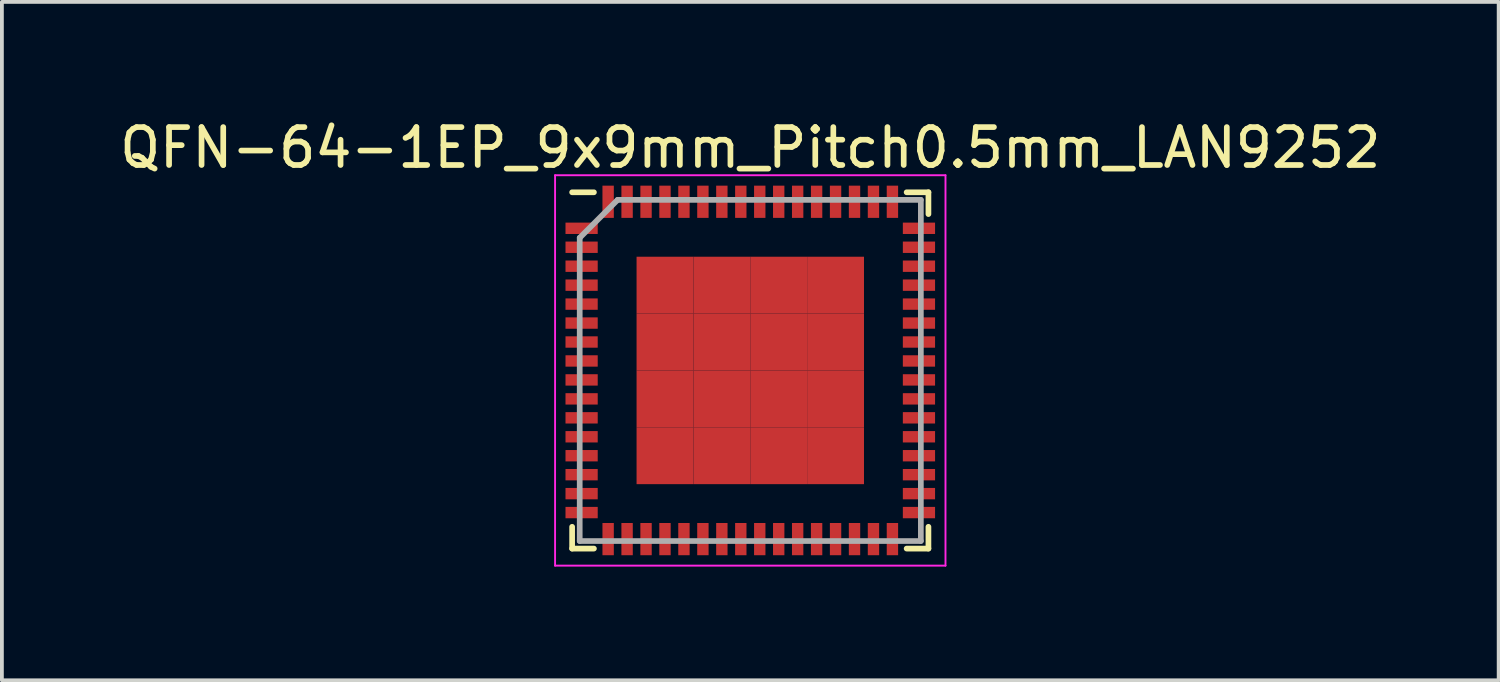
<source format=kicad_pcb>
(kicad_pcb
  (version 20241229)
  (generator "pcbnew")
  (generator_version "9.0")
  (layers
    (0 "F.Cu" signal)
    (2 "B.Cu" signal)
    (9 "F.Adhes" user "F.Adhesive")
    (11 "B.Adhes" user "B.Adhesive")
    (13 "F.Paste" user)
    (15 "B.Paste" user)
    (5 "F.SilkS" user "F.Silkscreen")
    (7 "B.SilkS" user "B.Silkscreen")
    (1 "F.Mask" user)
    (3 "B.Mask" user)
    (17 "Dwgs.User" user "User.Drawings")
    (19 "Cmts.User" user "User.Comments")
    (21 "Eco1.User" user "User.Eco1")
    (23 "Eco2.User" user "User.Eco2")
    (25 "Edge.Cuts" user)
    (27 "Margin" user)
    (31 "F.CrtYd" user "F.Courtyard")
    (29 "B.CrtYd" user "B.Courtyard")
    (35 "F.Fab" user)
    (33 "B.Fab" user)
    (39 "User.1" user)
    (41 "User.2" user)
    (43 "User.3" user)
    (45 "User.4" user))
  (footprint "QFN-64-1EP_9x9mm_Pitch0.5mm_LAN9252"
    (layer "F.Cu")
    (at 16.744 6.723)
    (property "Reference" "QFN-64-1EP_9x9mm_Pitch0.5mm_LAN9252" (at 0 -5.875 0) (layer "F.SilkS") (effects (font (size 1 1) (thickness 0.15))))
    (attr smd)
    (fp_line (start -4.7 -4.7) (end -4.125 -4.7) (stroke (width 0.15) (type solid)) (layer "F.SilkS"))
    (fp_line (start -4.7 4.7) (end -4.7 4.125) (stroke (width 0.15) (type solid)) (layer "F.SilkS"))
    (fp_line (start -4.7 4.7) (end -4.125 4.7) (stroke (width 0.15) (type solid)) (layer "F.SilkS"))
    (fp_line (start 4.7 -4.7) (end 4.125 -4.7) (stroke (width 0.15) (type solid)) (layer "F.SilkS"))
    (fp_line (start 4.7 -4.7) (end 4.7 -4.125) (stroke (width 0.15) (type solid)) (layer "F.SilkS"))
    (fp_line (start 4.7 4.7) (end 4.125 4.7) (stroke (width 0.15) (type solid)) (layer "F.SilkS"))
    (fp_line (start 4.7 4.7) (end 4.7 4.125) (stroke (width 0.15) (type solid)) (layer "F.SilkS"))
    (fp_line (start -5.15 -5.15) (end -5.15 5.15) (stroke (width 0.05) (type solid)) (layer "F.CrtYd"))
    (fp_line (start -5.15 -5.15) (end 5.15 -5.15) (stroke (width 0.05) (type solid)) (layer "F.CrtYd"))
    (fp_line (start -5.15 5.15) (end 5.15 5.15) (stroke (width 0.05) (type solid)) (layer "F.CrtYd"))
    (fp_line (start 5.15 -5.15) (end 5.15 5.15) (stroke (width 0.05) (type solid)) (layer "F.CrtYd"))
    (fp_line (start -4.5 -3.5) (end -3.5 -4.5) (stroke (width 0.15) (type solid)) (layer "F.Fab"))
    (fp_line (start -4.5 4.5) (end -4.5 -3.5) (stroke (width 0.15) (type solid)) (layer "F.Fab"))
    (fp_line (start -3.5 -4.5) (end 4.5 -4.5) (stroke (width 0.15) (type solid)) (layer "F.Fab"))
    (fp_line (start 4.5 -4.5) (end 4.5 4.5) (stroke (width 0.15) (type solid)) (layer "F.Fab"))
    (fp_line (start 4.5 4.5) (end -4.5 4.5) (stroke (width 0.15) (type solid)) (layer "F.Fab"))
    (pad "1" smd rect (at -4.45 -3.75) (size 0.85 0.3) (layers "F.Cu" "F.Mask" "F.Paste"))
    (pad "2" smd rect (at -4.45 -3.25) (size 0.85 0.3) (layers "F.Cu" "F.Mask" "F.Paste"))
    (pad "3" smd rect (at -4.45 -2.75) (size 0.85 0.3) (layers "F.Cu" "F.Mask" "F.Paste"))
    (pad "4" smd rect (at -4.45 -2.25) (size 0.85 0.3) (layers "F.Cu" "F.Mask" "F.Paste"))
    (pad "5" smd rect (at -4.45 -1.75) (size 0.85 0.3) (layers "F.Cu" "F.Mask" "F.Paste"))
    (pad "6" smd rect (at -4.45 -1.25) (size 0.85 0.3) (layers "F.Cu" "F.Mask" "F.Paste"))
    (pad "7" smd rect (at -4.45 -0.75) (size 0.85 0.3) (layers "F.Cu" "F.Mask" "F.Paste"))
    (pad "8" smd rect (at -4.45 -0.25) (size 0.85 0.3) (layers "F.Cu" "F.Mask" "F.Paste"))
    (pad "9" smd rect (at -4.45 0.25) (size 0.85 0.3) (layers "F.Cu" "F.Mask" "F.Paste"))
    (pad "10" smd rect (at -4.45 0.75) (size 0.85 0.3) (layers "F.Cu" "F.Mask" "F.Paste"))
    (pad "11" smd rect (at -4.45 1.25) (size 0.85 0.3) (layers "F.Cu" "F.Mask" "F.Paste"))
    (pad "12" smd rect (at -4.45 1.75) (size 0.85 0.3) (layers "F.Cu" "F.Mask" "F.Paste"))
    (pad "13" smd rect (at -4.45 2.25) (size 0.85 0.3) (layers "F.Cu" "F.Mask" "F.Paste"))
    (pad "14" smd rect (at -4.45 2.75) (size 0.85 0.3) (layers "F.Cu" "F.Mask" "F.Paste"))
    (pad "15" smd rect (at -4.45 3.25) (size 0.85 0.3) (layers "F.Cu" "F.Mask" "F.Paste"))
    (pad "16" smd rect (at -4.45 3.75) (size 0.85 0.3) (layers "F.Cu" "F.Mask" "F.Paste"))
    (pad "17" smd rect (at -3.75 4.45 90) (size 0.85 0.3) (layers "F.Cu" "F.Mask" "F.Paste"))
    (pad "18" smd rect (at -3.25 4.45 90) (size 0.85 0.3) (layers "F.Cu" "F.Mask" "F.Paste"))
    (pad "19" smd rect (at -2.75 4.45 90) (size 0.85 0.3) (layers "F.Cu" "F.Mask" "F.Paste"))
    (pad "20" smd rect (at -2.25 4.45 90) (size 0.85 0.3) (layers "F.Cu" "F.Mask" "F.Paste"))
    (pad "21" smd rect (at -1.75 4.45 90) (size 0.85 0.3) (layers "F.Cu" "F.Mask" "F.Paste"))
    (pad "22" smd rect (at -1.25 4.45 90) (size 0.85 0.3) (layers "F.Cu" "F.Mask" "F.Paste"))
    (pad "23" smd rect (at -0.75 4.45 90) (size 0.85 0.3) (layers "F.Cu" "F.Mask" "F.Paste"))
    (pad "24" smd rect (at -0.25 4.45 90) (size 0.85 0.3) (layers "F.Cu" "F.Mask" "F.Paste"))
    (pad "25" smd rect (at 0.25 4.45 90) (size 0.85 0.3) (layers "F.Cu" "F.Mask" "F.Paste"))
    (pad "26" smd rect (at 0.75 4.45 90) (size 0.85 0.3) (layers "F.Cu" "F.Mask" "F.Paste"))
    (pad "27" smd rect (at 1.25 4.45 90) (size 0.85 0.3) (layers "F.Cu" "F.Mask" "F.Paste"))
    (pad "28" smd rect (at 1.75 4.45 90) (size 0.85 0.3) (layers "F.Cu" "F.Mask" "F.Paste"))
    (pad "29" smd rect (at 2.25 4.45 90) (size 0.85 0.3) (layers "F.Cu" "F.Mask" "F.Paste"))
    (pad "30" smd rect (at 2.75 4.45 90) (size 0.85 0.3) (layers "F.Cu" "F.Mask" "F.Paste"))
    (pad "31" smd rect (at 3.25 4.45 90) (size 0.85 0.3) (layers "F.Cu" "F.Mask" "F.Paste"))
    (pad "32" smd rect (at 3.75 4.45 90) (size 0.85 0.3) (layers "F.Cu" "F.Mask" "F.Paste"))
    (pad "33" smd rect (at 4.45 3.75) (size 0.85 0.3) (layers "F.Cu" "F.Mask" "F.Paste"))
    (pad "34" smd rect (at 4.45 3.25) (size 0.85 0.3) (layers "F.Cu" "F.Mask" "F.Paste"))
    (pad "35" smd rect (at 4.45 2.75) (size 0.85 0.3) (layers "F.Cu" "F.Mask" "F.Paste"))
    (pad "36" smd rect (at 4.45 2.25) (size 0.85 0.3) (layers "F.Cu" "F.Mask" "F.Paste"))
    (pad "37" smd rect (at 4.45 1.75) (size 0.85 0.3) (layers "F.Cu" "F.Mask" "F.Paste"))
    (pad "38" smd rect (at 4.45 1.25) (size 0.85 0.3) (layers "F.Cu" "F.Mask" "F.Paste"))
    (pad "39" smd rect (at 4.45 0.75) (size 0.85 0.3) (layers "F.Cu" "F.Mask" "F.Paste"))
    (pad "40" smd rect (at 4.45 0.25) (size 0.85 0.3) (layers "F.Cu" "F.Mask" "F.Paste"))
    (pad "41" smd rect (at 4.45 -0.25) (size 0.85 0.3) (layers "F.Cu" "F.Mask" "F.Paste"))
    (pad "42" smd rect (at 4.45 -0.75) (size 0.85 0.3) (layers "F.Cu" "F.Mask" "F.Paste"))
    (pad "43" smd rect (at 4.45 -1.25) (size 0.85 0.3) (layers "F.Cu" "F.Mask" "F.Paste"))
    (pad "44" smd rect (at 4.45 -1.75) (size 0.85 0.3) (layers "F.Cu" "F.Mask" "F.Paste"))
    (pad "45" smd rect (at 4.45 -2.25) (size 0.85 0.3) (layers "F.Cu" "F.Mask" "F.Paste"))
    (pad "46" smd rect (at 4.45 -2.75) (size 0.85 0.3) (layers "F.Cu" "F.Mask" "F.Paste"))
    (pad "47" smd rect (at 4.45 -3.25) (size 0.85 0.3) (layers "F.Cu" "F.Mask" "F.Paste"))
    (pad "48" smd rect (at 4.45 -3.75) (size 0.85 0.3) (layers "F.Cu" "F.Mask" "F.Paste"))
    (pad "49" smd rect (at 3.75 -4.45 90) (size 0.85 0.3) (layers "F.Cu" "F.Mask" "F.Paste"))
    (pad "50" smd rect (at 3.25 -4.45 90) (size 0.85 0.3) (layers "F.Cu" "F.Mask" "F.Paste"))
    (pad "51" smd rect (at 2.75 -4.45 90) (size 0.85 0.3) (layers "F.Cu" "F.Mask" "F.Paste"))
    (pad "52" smd rect (at 2.25 -4.45 90) (size 0.85 0.3) (layers "F.Cu" "F.Mask" "F.Paste"))
    (pad "53" smd rect (at 1.75 -4.45 90) (size 0.85 0.3) (layers "F.Cu" "F.Mask" "F.Paste"))
    (pad "54" smd rect (at 1.25 -4.45 90) (size 0.85 0.3) (layers "F.Cu" "F.Mask" "F.Paste"))
    (pad "55" smd rect (at 0.75 -4.45 90) (size 0.85 0.3) (layers "F.Cu" "F.Mask" "F.Paste"))
    (pad "56" smd rect (at 0.25 -4.45 90) (size 0.85 0.3) (layers "F.Cu" "F.Mask" "F.Paste"))
    (pad "57" smd rect (at -0.25 -4.45 90) (size 0.85 0.3) (layers "F.Cu" "F.Mask" "F.Paste"))
    (pad "58" smd rect (at -0.75 -4.45 90) (size 0.85 0.3) (layers "F.Cu" "F.Mask" "F.Paste"))
    (pad "59" smd rect (at -1.25 -4.45 90) (size 0.85 0.3) (layers "F.Cu" "F.Mask" "F.Paste"))
    (pad "60" smd rect (at -1.75 -4.45 90) (size 0.85 0.3) (layers "F.Cu" "F.Mask" "F.Paste"))
    (pad "61" smd rect (at -2.25 -4.45 90) (size 0.85 0.3) (layers "F.Cu" "F.Mask" "F.Paste"))
    (pad "62" smd rect (at -2.75 -4.45 90) (size 0.85 0.3) (layers "F.Cu" "F.Mask" "F.Paste"))
    (pad "63" smd rect (at -3.25 -4.45 90) (size 0.85 0.3) (layers "F.Cu" "F.Mask" "F.Paste"))
    (pad "64" smd rect (at -3.75 -4.45 90) (size 0.85 0.3) (layers "F.Cu" "F.Mask" "F.Paste"))
    (pad "65" smd rect (at -2.25 -2.25) (size 1.5 1.5) (layers "F.Cu" "F.Mask" "F.Paste"))
    (pad "65" smd rect (at -2.25 -0.75) (size 1.5 1.5) (layers "F.Cu" "F.Mask" "F.Paste"))
    (pad "65" smd rect (at -2.25 0.75) (size 1.5 1.5) (layers "F.Cu" "F.Mask" "F.Paste"))
    (pad "65" smd rect (at -2.25 2.25) (size 1.5 1.5) (layers "F.Cu" "F.Mask" "F.Paste"))
    (pad "65" smd rect (at -0.75 -2.25) (size 1.5 1.5) (layers "F.Cu" "F.Mask" "F.Paste"))
    (pad "65" smd rect (at -0.75 -0.75) (size 1.5 1.5) (layers "F.Cu" "F.Mask" "F.Paste"))
    (pad "65" smd rect (at -0.75 0.75) (size 1.5 1.5) (layers "F.Cu" "F.Mask" "F.Paste"))
    (pad "65" smd rect (at -0.75 2.25) (size 1.5 1.5) (layers "F.Cu" "F.Mask" "F.Paste"))
    (pad "65" smd rect (at 0.75 -2.25) (size 1.5 1.5) (layers "F.Cu" "F.Mask" "F.Paste"))
    (pad "65" smd rect (at 0.75 -0.75) (size 1.5 1.5) (layers "F.Cu" "F.Mask" "F.Paste"))
    (pad "65" smd rect (at 0.75 0.75) (size 1.5 1.5) (layers "F.Cu" "F.Mask" "F.Paste"))
    (pad "65" smd rect (at 0.75 2.25) (size 1.5 1.5) (layers "F.Cu" "F.Mask" "F.Paste"))
    (pad "65" smd rect (at 2.25 -2.25) (size 1.5 1.5) (layers "F.Cu" "F.Mask" "F.Paste"))
    (pad "65" smd rect (at 2.25 -0.75) (size 1.5 1.5) (layers "F.Cu" "F.Mask" "F.Paste"))
    (pad "65" smd rect (at 2.25 0.75) (size 1.5 1.5) (layers "F.Cu" "F.Mask" "F.Paste"))
    (pad "65" smd rect (at 2.25 2.25) (size 1.5 1.5) (layers "F.Cu" "F.Mask" "F.Paste")))
  (gr_rect
    (start -3 -3)
    (end 36.488 14.898)
    (stroke (width 0.1) (type default))
    (fill no)
    (layer "Edge.Cuts")))
</source>
